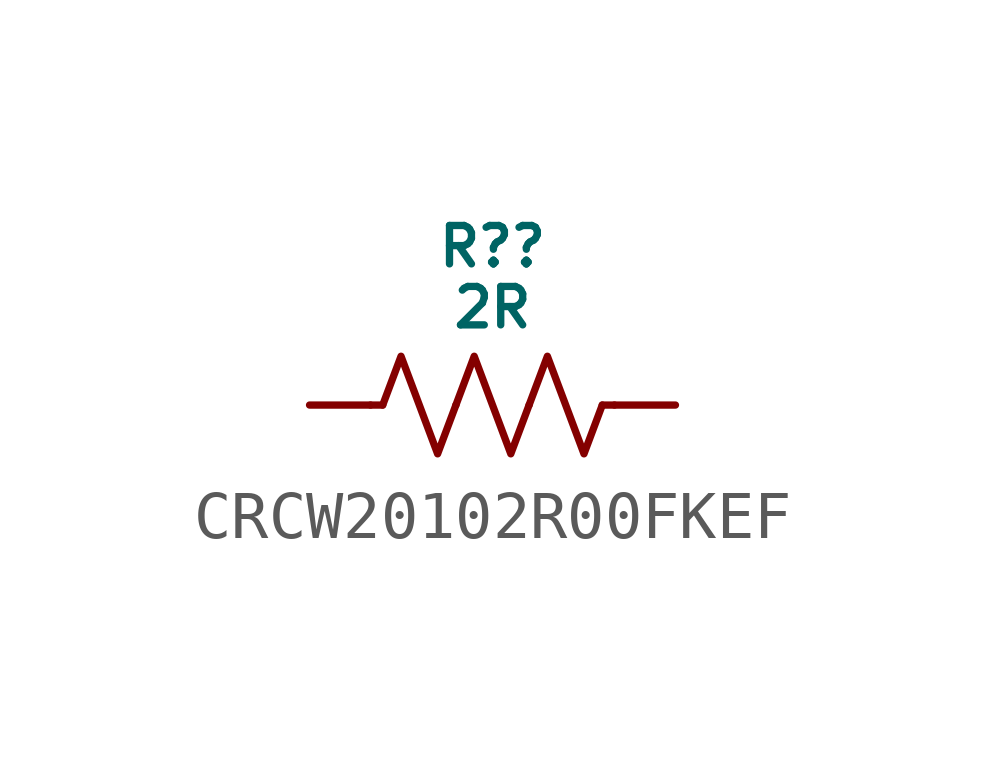
<source format=kicad_sym>
(kicad_symbol_lib
  (version 20231120)
  (generator "kicad_symbol_editor")
  (generator_version "8.0")
  (symbol "CRCW20102R00FKEF"
    (pin_numbers hide)
    (pin_names hide)
    (property "Reference" "R?"
      (at 0 3.302 0)
      (do_not_autoplace)
      (effects (font (size 0.8 0.8))))
    (property "Value" "2R"
      (at 0 2.032 0)
      (do_not_autoplace)
      (effects (font (size 0.8 0.8))))
    (symbol "CRCW20102R00FKEF_0_1"
      (polyline (pts (xy -2.286 0) (xy -2.54 0)) (stroke (width 0) (type default)) (fill (type none)))
      (polyline (pts (xy 2.286 0) (xy 2.54 0)) (stroke (width 0) (type default)) (fill (type none)))
      (polyline (pts (xy -2.286 0) (xy -1.905 1.016) (xy -1.524 0) (xy -1.143 -1.016) (xy -0.762 0)) (stroke (width 0) (type default)) (fill (type none)))
      (polyline (pts (xy -0.762 0) (xy -0.381 1.016) (xy 0 0) (xy 0.381 -1.016) (xy 0.762 0)) (stroke (width 0) (type default)) (fill (type none)))
      (polyline (pts (xy 0.762 0) (xy 1.143 1.016) (xy 1.524 0) (xy 1.905 -1.016) (xy 2.286 0)) (stroke (width 0) (type default)) (fill (type none))))
    (symbol "CRCW20102R00FKEF_1_0"
      (pin passive line (at -3.81 0 0) (length 1.27) (name "" (effects (font (size 0.8 0.8)))) (number "1" (effects (font (size 0.8 0.8)))))
      (pin passive line (at 3.81 0 180) (length 1.27) (name "" (effects (font (size 0.8 0.8)))) (number "2" (effects (font (size 0.8 0.8))))))))
</source>
